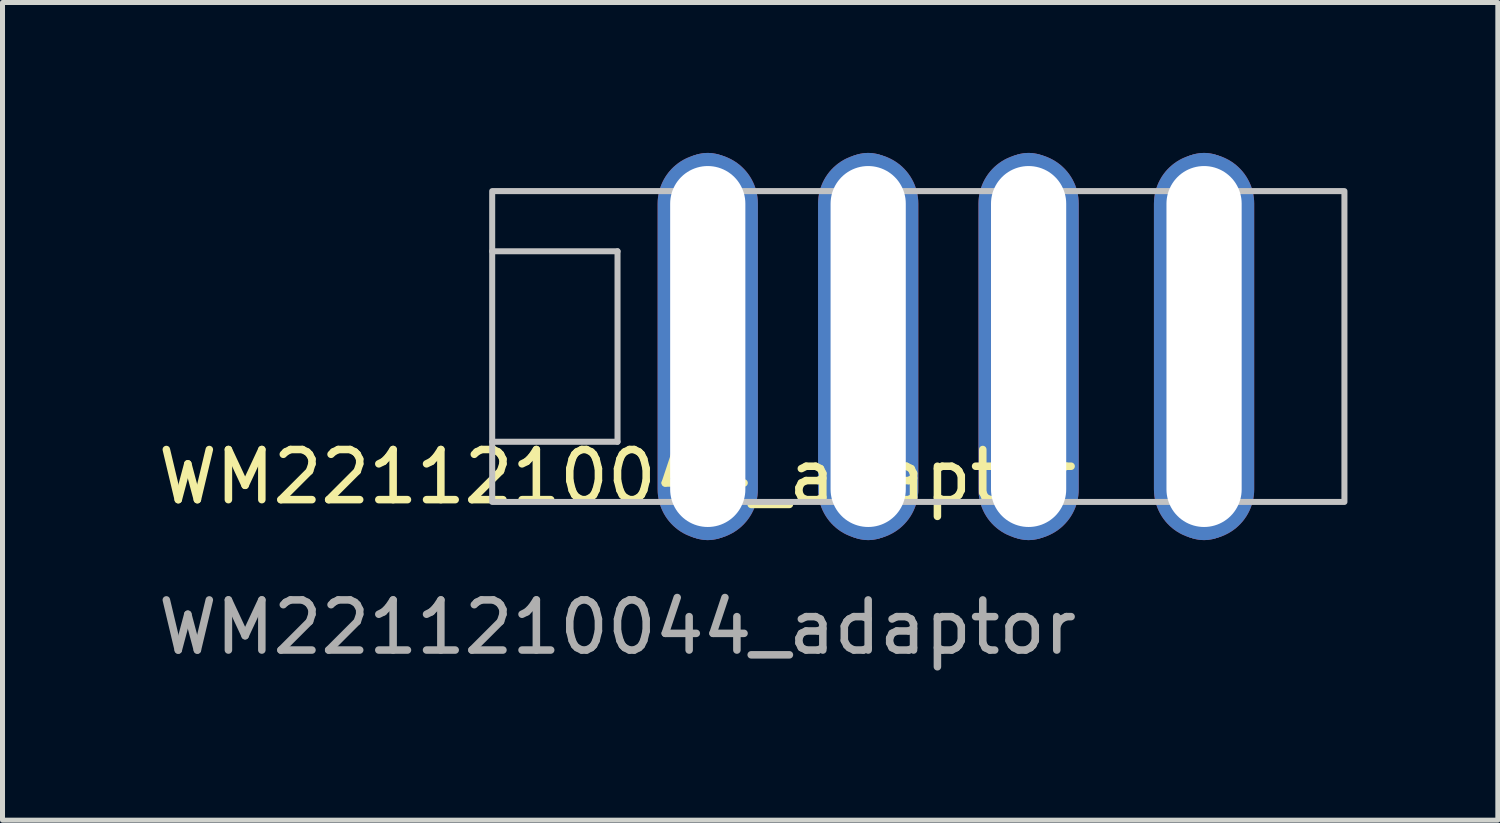
<source format=kicad_pcb>
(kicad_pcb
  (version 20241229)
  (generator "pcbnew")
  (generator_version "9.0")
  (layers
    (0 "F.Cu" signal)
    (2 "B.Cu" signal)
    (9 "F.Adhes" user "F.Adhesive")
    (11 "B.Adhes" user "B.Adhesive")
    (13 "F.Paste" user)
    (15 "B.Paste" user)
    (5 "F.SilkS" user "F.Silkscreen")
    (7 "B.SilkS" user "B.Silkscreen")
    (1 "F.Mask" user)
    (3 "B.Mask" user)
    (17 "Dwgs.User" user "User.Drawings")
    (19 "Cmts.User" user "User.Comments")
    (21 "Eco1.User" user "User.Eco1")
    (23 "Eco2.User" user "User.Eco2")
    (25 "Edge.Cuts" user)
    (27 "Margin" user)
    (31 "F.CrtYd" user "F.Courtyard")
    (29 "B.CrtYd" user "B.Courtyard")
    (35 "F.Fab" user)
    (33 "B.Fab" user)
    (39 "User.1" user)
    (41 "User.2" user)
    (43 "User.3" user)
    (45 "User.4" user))
  (footprint "WM2211210044_adaptor"
    (layer "F.Cu")
    (at 9.268 6.962)
    (property "Reference" "WM2211210044_adaptor" (at 0 -0.5 0) (unlocked yes) (layer "F.SilkS") (effects (font (size 1 1) (thickness 0.15))))
    (attr through_hole)
    (fp_line (start -2.5 -1.2) (end 0 -1.2) (stroke (width 0.12) (type solid)) (layer "Dwgs.User"))
    (fp_line (start 0 -5) (end -2.5 -5) (stroke (width 0.12) (type solid)) (layer "Dwgs.User"))
    (fp_line (start 0 -1.2) (end 0 -5) (stroke (width 0.12) (type solid)) (layer "Dwgs.User"))
    (fp_rect (start -2.5 0) (end 14.5 -6.2) (stroke (width 0.12) (type solid)) (fill no) (layer "Dwgs.User"))
    (fp_text user "${REFERENCE}" (at 0 2.5 0) (unlocked yes) (layer "F.Fab") (effects (font (size 1 1) (thickness 0.15))))
    (pad "1" thru_hole circle (at 1.8 -6.2) (size 1.524 1.524) (drill 0.762) (layers "*.Cu" "*.Mask"))
    (pad "1" thru_hole oval (at 1.8 -3.1) (size 2 7.7) (drill oval 1.5 7.2) (layers "*.Cu" "*.Mask"))
    (pad "1" thru_hole circle (at 1.8 0) (size 1.524 1.524) (drill 0.762) (layers "*.Cu" "*.Mask"))
    (pad "2" thru_hole circle (at 5 -6.2) (size 1.524 1.524) (drill 0.762) (layers "*.Cu" "*.Mask"))
    (pad "2" thru_hole oval (at 5 -3.1) (size 2 7.7) (drill oval 1.5 7.2) (layers "*.Cu" "*.Mask"))
    (pad "2" thru_hole circle (at 5 0) (size 1.524 1.524) (drill 0.762) (layers "*.Cu" "*.Mask"))
    (pad "3" thru_hole circle (at 8.2 -6.2) (size 1.524 1.524) (drill 0.762) (layers "*.Cu" "*.Mask"))
    (pad "3" thru_hole oval (at 8.2 -3.1) (size 2 7.7) (drill oval 1.5 7.2) (layers "*.Cu" "*.Mask"))
    (pad "3" thru_hole circle (at 8.2 0) (size 1.524 1.524) (drill 0.762) (layers "*.Cu" "*.Mask"))
    (pad "4" thru_hole circle (at 11.7 -6.2) (size 1.524 1.524) (drill 0.762) (layers "*.Cu" "*.Mask"))
    (pad "4" thru_hole oval (at 11.7 -3.1) (size 2 7.7) (drill oval 1.5 7.2) (layers "*.Cu" "*.Mask"))
    (pad "4" thru_hole circle (at 11.7 0) (size 1.524 1.524) (drill 0.762) (layers "*.Cu" "*.Mask")))
  (gr_rect
    (start -3 -3)
    (end 26.828 13.31)
    (stroke (width 0.1) (type default))
    (fill no)
    (layer "Edge.Cuts")))
</source>
